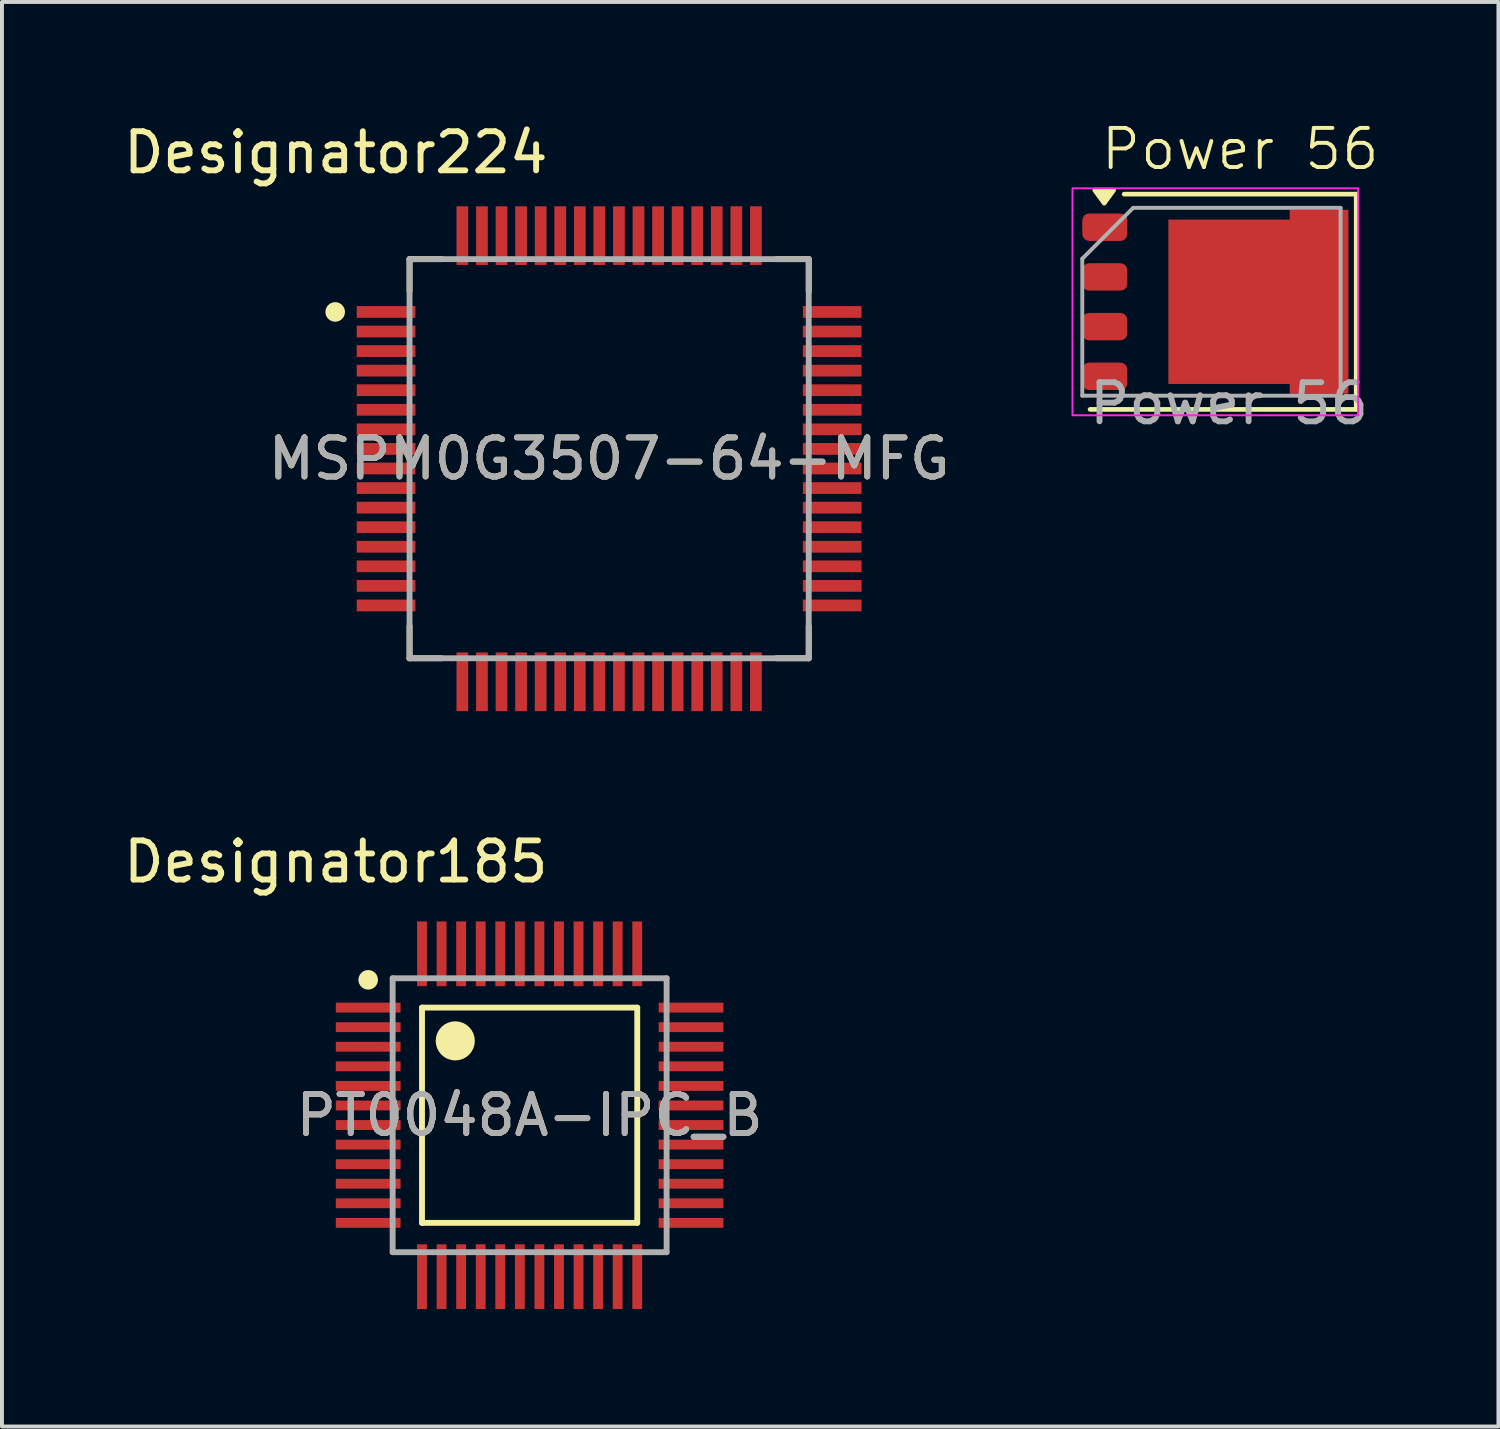
<source format=kicad_pcb>
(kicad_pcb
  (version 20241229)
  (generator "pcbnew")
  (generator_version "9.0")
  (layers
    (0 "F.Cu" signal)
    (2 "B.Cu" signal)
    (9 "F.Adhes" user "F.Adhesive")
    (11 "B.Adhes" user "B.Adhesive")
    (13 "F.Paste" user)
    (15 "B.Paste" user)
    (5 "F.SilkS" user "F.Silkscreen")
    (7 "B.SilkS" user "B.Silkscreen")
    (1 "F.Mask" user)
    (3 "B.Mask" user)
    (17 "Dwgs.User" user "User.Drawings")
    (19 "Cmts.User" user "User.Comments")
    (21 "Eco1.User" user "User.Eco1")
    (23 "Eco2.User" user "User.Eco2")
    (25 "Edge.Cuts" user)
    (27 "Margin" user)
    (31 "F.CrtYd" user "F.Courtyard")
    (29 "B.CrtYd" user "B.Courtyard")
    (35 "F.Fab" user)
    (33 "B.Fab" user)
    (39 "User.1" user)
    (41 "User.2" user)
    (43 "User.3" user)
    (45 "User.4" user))
  (footprint "MSPM0G3507-64-MFG"
    (layer "F.Cu")
    (at 12.515 8.671)
    (property "Reference" "MSPM0G3507-64-MFG" (at 0 0 0) (unlocked yes) (layer "F.SilkS") (effects (font (size 1 1) (thickness 0.15))))
    (attr smd)
    (fp_line (start -5.1 -5.1) (end -4.275 -5.1) (stroke (width 0.15) (type solid)) (layer "F.SilkS"))
    (fp_line (start -5.1 -4.275) (end -5.1 -5.1) (stroke (width 0.15) (type solid)) (layer "F.SilkS"))
    (fp_line (start -5.1 5.1) (end -5.1 4.275) (stroke (width 0.15) (type solid)) (layer "F.SilkS"))
    (fp_line (start -5.1 5.1) (end -4.275 5.1) (stroke (width 0.15) (type solid)) (layer "F.SilkS"))
    (fp_line (start 4.275 -5.1) (end 5.1 -5.1) (stroke (width 0.15) (type solid)) (layer "F.SilkS"))
    (fp_line (start 4.275 5.1) (end 5.1 5.1) (stroke (width 0.15) (type solid)) (layer "F.SilkS"))
    (fp_line (start 5.1 -4.275) (end 5.1 -5.1) (stroke (width 0.15) (type solid)) (layer "F.SilkS"))
    (fp_line (start 5.1 5.1) (end 5.1 4.275) (stroke (width 0.15) (type solid)) (layer "F.SilkS"))
    (fp_circle (center -7 -3.75) (end -6.875 -3.75) (stroke (width 0.25) (type solid)) (fill no) (layer "F.SilkS"))
    (fp_line (start -5.1 -5.1) (end 5.1 -5.1) (stroke (width 0.15) (type solid)) (layer "F.Fab"))
    (fp_line (start -5.1 5.1) (end -5.1 -5.1) (stroke (width 0.15) (type solid)) (layer "F.Fab"))
    (fp_line (start -5.1 5.1) (end 5.1 5.1) (stroke (width 0.15) (type solid)) (layer "F.Fab"))
    (fp_line (start 5.1 5.1) (end 5.1 -5.1) (stroke (width 0.15) (type solid)) (layer "F.Fab"))
    (fp_text user "Designator224" (at -6.985 -7.823 0) (unlocked yes) (layer "F.SilkS") (effects (font (size 1 1) (thickness 0.15))))
    (fp_text user "${REFERENCE}" (at 0 0 0) (unlocked yes) (layer "F.Fab") (effects (font (size 1 1) (thickness 0.15))))
    (pad "1" smd rect (at -5.7 -3.75 90) (size 0.3 1.5) (layers "F.Cu" "F.Mask" "F.Paste"))
    (pad "2" smd rect (at -5.7 -3.25 90) (size 0.3 1.5) (layers "F.Cu" "F.Mask" "F.Paste"))
    (pad "3" smd rect (at -5.7 -2.75 90) (size 0.3 1.5) (layers "F.Cu" "F.Mask" "F.Paste"))
    (pad "4" smd rect (at -5.7 -2.25 90) (size 0.3 1.5) (layers "F.Cu" "F.Mask" "F.Paste"))
    (pad "5" smd rect (at -5.7 -1.75 90) (size 0.3 1.5) (layers "F.Cu" "F.Mask" "F.Paste"))
    (pad "6" smd rect (at -5.7 -1.25 90) (size 0.3 1.5) (layers "F.Cu" "F.Mask" "F.Paste"))
    (pad "7" smd rect (at -5.7 -0.75 90) (size 0.3 1.5) (layers "F.Cu" "F.Mask" "F.Paste"))
    (pad "8" smd rect (at -5.7 -0.25 90) (size 0.3 1.5) (layers "F.Cu" "F.Mask" "F.Paste"))
    (pad "9" smd rect (at -5.7 0.25 90) (size 0.3 1.5) (layers "F.Cu" "F.Mask" "F.Paste"))
    (pad "10" smd rect (at -5.7 0.75 90) (size 0.3 1.5) (layers "F.Cu" "F.Mask" "F.Paste"))
    (pad "11" smd rect (at -5.7 1.25 90) (size 0.3 1.5) (layers "F.Cu" "F.Mask" "F.Paste"))
    (pad "12" smd rect (at -5.7 1.75 90) (size 0.3 1.5) (layers "F.Cu" "F.Mask" "F.Paste"))
    (pad "13" smd rect (at -5.7 2.25 90) (size 0.3 1.5) (layers "F.Cu" "F.Mask" "F.Paste"))
    (pad "14" smd rect (at -5.7 2.75 90) (size 0.3 1.5) (layers "F.Cu" "F.Mask" "F.Paste"))
    (pad "15" smd rect (at -5.7 3.25 90) (size 0.3 1.5) (layers "F.Cu" "F.Mask" "F.Paste"))
    (pad "16" smd rect (at -5.7 3.75 90) (size 0.3 1.5) (layers "F.Cu" "F.Mask" "F.Paste"))
    (pad "17" smd rect (at -3.75 5.7) (size 0.3 1.5) (layers "F.Cu" "F.Mask" "F.Paste"))
    (pad "18" smd rect (at -3.25 5.7) (size 0.3 1.5) (layers "F.Cu" "F.Mask" "F.Paste"))
    (pad "19" smd rect (at -2.75 5.7) (size 0.3 1.5) (layers "F.Cu" "F.Mask" "F.Paste"))
    (pad "20" smd rect (at -2.25 5.7) (size 0.3 1.5) (layers "F.Cu" "F.Mask" "F.Paste"))
    (pad "21" smd rect (at -1.75 5.7) (size 0.3 1.5) (layers "F.Cu" "F.Mask" "F.Paste"))
    (pad "22" smd rect (at -1.25 5.7) (size 0.3 1.5) (layers "F.Cu" "F.Mask" "F.Paste"))
    (pad "23" smd rect (at -0.75 5.7) (size 0.3 1.5) (layers "F.Cu" "F.Mask" "F.Paste"))
    (pad "24" smd rect (at -0.25 5.7) (size 0.3 1.5) (layers "F.Cu" "F.Mask" "F.Paste"))
    (pad "25" smd rect (at 0.25 5.7) (size 0.3 1.5) (layers "F.Cu" "F.Mask" "F.Paste"))
    (pad "26" smd rect (at 0.75 5.7) (size 0.3 1.5) (layers "F.Cu" "F.Mask" "F.Paste"))
    (pad "27" smd rect (at 1.25 5.7) (size 0.3 1.5) (layers "F.Cu" "F.Mask" "F.Paste"))
    (pad "28" smd rect (at 1.75 5.7) (size 0.3 1.5) (layers "F.Cu" "F.Mask" "F.Paste"))
    (pad "29" smd rect (at 2.25 5.7) (size 0.3 1.5) (layers "F.Cu" "F.Mask" "F.Paste"))
    (pad "30" smd rect (at 2.75 5.7) (size 0.3 1.5) (layers "F.Cu" "F.Mask" "F.Paste"))
    (pad "31" smd rect (at 3.25 5.7) (size 0.3 1.5) (layers "F.Cu" "F.Mask" "F.Paste"))
    (pad "32" smd rect (at 3.75 5.7) (size 0.3 1.5) (layers "F.Cu" "F.Mask" "F.Paste"))
    (pad "33" smd rect (at 5.7 3.75 90) (size 0.3 1.5) (layers "F.Cu" "F.Mask" "F.Paste"))
    (pad "34" smd rect (at 5.7 3.25 90) (size 0.3 1.5) (layers "F.Cu" "F.Mask" "F.Paste"))
    (pad "35" smd rect (at 5.7 2.75 90) (size 0.3 1.5) (layers "F.Cu" "F.Mask" "F.Paste"))
    (pad "36" smd rect (at 5.7 2.25 90) (size 0.3 1.5) (layers "F.Cu" "F.Mask" "F.Paste"))
    (pad "37" smd rect (at 5.7 1.75 90) (size 0.3 1.5) (layers "F.Cu" "F.Mask" "F.Paste"))
    (pad "38" smd rect (at 5.7 1.25 90) (size 0.3 1.5) (layers "F.Cu" "F.Mask" "F.Paste"))
    (pad "39" smd rect (at 5.7 0.75 90) (size 0.3 1.5) (layers "F.Cu" "F.Mask" "F.Paste"))
    (pad "40" smd rect (at 5.7 0.25 90) (size 0.3 1.5) (layers "F.Cu" "F.Mask" "F.Paste"))
    (pad "41" smd rect (at 5.7 -0.25 90) (size 0.3 1.5) (layers "F.Cu" "F.Mask" "F.Paste"))
    (pad "42" smd rect (at 5.7 -0.75 90) (size 0.3 1.5) (layers "F.Cu" "F.Mask" "F.Paste"))
    (pad "43" smd rect (at 5.7 -1.25 90) (size 0.3 1.5) (layers "F.Cu" "F.Mask" "F.Paste"))
    (pad "44" smd rect (at 5.7 -1.75 90) (size 0.3 1.5) (layers "F.Cu" "F.Mask" "F.Paste"))
    (pad "45" smd rect (at 5.7 -2.25 90) (size 0.3 1.5) (layers "F.Cu" "F.Mask" "F.Paste"))
    (pad "46" smd rect (at 5.7 -2.75 90) (size 0.3 1.5) (layers "F.Cu" "F.Mask" "F.Paste"))
    (pad "47" smd rect (at 5.7 -3.25 90) (size 0.3 1.5) (layers "F.Cu" "F.Mask" "F.Paste"))
    (pad "48" smd rect (at 5.7 -3.75 90) (size 0.3 1.5) (layers "F.Cu" "F.Mask" "F.Paste"))
    (pad "49" smd rect (at 3.75 -5.7) (size 0.3 1.5) (layers "F.Cu" "F.Mask" "F.Paste"))
    (pad "50" smd rect (at 3.25 -5.7) (size 0.3 1.5) (layers "F.Cu" "F.Mask" "F.Paste"))
    (pad "51" smd rect (at 2.75 -5.7) (size 0.3 1.5) (layers "F.Cu" "F.Mask" "F.Paste"))
    (pad "52" smd rect (at 2.25 -5.7) (size 0.3 1.5) (layers "F.Cu" "F.Mask" "F.Paste"))
    (pad "53" smd rect (at 1.75 -5.7) (size 0.3 1.5) (layers "F.Cu" "F.Mask" "F.Paste"))
    (pad "54" smd rect (at 1.25 -5.7) (size 0.3 1.5) (layers "F.Cu" "F.Mask" "F.Paste"))
    (pad "55" smd rect (at 0.75 -5.7) (size 0.3 1.5) (layers "F.Cu" "F.Mask" "F.Paste"))
    (pad "56" smd rect (at 0.25 -5.7) (size 0.3 1.5) (layers "F.Cu" "F.Mask" "F.Paste"))
    (pad "57" smd rect (at -0.25 -5.7) (size 0.3 1.5) (layers "F.Cu" "F.Mask" "F.Paste"))
    (pad "58" smd rect (at -0.75 -5.7) (size 0.3 1.5) (layers "F.Cu" "F.Mask" "F.Paste"))
    (pad "59" smd rect (at -1.25 -5.7) (size 0.3 1.5) (layers "F.Cu" "F.Mask" "F.Paste"))
    (pad "60" smd rect (at -1.75 -5.7) (size 0.3 1.5) (layers "F.Cu" "F.Mask" "F.Paste"))
    (pad "61" smd rect (at -2.25 -5.7) (size 0.3 1.5) (layers "F.Cu" "F.Mask" "F.Paste"))
    (pad "62" smd rect (at -2.75 -5.7) (size 0.3 1.5) (layers "F.Cu" "F.Mask" "F.Paste"))
    (pad "63" smd rect (at -3.25 -5.7) (size 0.3 1.5) (layers "F.Cu" "F.Mask" "F.Paste"))
    (pad "64" smd rect (at -3.75 -5.7) (size 0.3 1.5) (layers "F.Cu" "F.Mask" "F.Paste")))
  (footprint "Power 56"
    (layer "F.Cu")
    (at 28.355 4.761)
    (property "Reference" "Power 56" (at 0.285 -4 0) (unlocked yes) (layer "F.SilkS") (effects (font (size 1 1) (thickness 0.1))))
    (attr smd)
    (fp_line (start -3.55 2.65) (end 3.25 2.65) (stroke (width 0.12) (type solid)) (layer "F.SilkS"))
    (fp_line (start 3.25 -2.85) (end -2.68 -2.85) (stroke (width 0.12) (type solid)) (layer "F.SilkS"))
    (fp_line (start 3.25 2.65) (end 3.25 -2.85) (stroke (width 0.12) (type solid)) (layer "F.SilkS"))
    (fp_poly (pts (xy -3.19 -2.62) (xy -3.43 -2.95) (xy -2.95 -2.95) (xy -3.19 -2.62)) (stroke (width 0.12) (type solid)) (fill yes) (layer "F.SilkS"))
    (fp_rect (start -4 -3) (end 3.3 2.8) (stroke (width 0.05) (type solid)) (fill no) (layer "F.CrtYd"))
    (fp_line (start -3.75 -1.2) (end -3.75 2.3) (stroke (width 0.1) (type solid)) (layer "F.Fab"))
    (fp_line (start -3.75 -1.2) (end -2.45 -2.5) (stroke (width 0.1) (type solid)) (layer "F.Fab"))
    (fp_line (start -3.75 2.3) (end 2.85 2.3) (stroke (width 0.1) (type solid)) (layer "F.Fab"))
    (fp_line (start 2.85 -2.5) (end -2.45 -2.5) (stroke (width 0.1) (type solid)) (layer "F.Fab"))
    (fp_line (start 2.85 2.3) (end 2.85 -2.5) (stroke (width 0.1) (type solid)) (layer "F.Fab"))
    (fp_text user "${REFERENCE}" (at 0 2.5 0) (unlocked yes) (layer "F.Fab") (effects (font (size 1 1) (thickness 0.15))))
    (pad "" smd rect (at -1 -1.25 90) (size 0.9 0.6) (layers "F.Paste"))
    (pad "" smd rect (at -1 -0.1 90) (size 0.9 0.6) (layers "F.Paste"))
    (pad "" smd rect (at -1 1.05 90) (size 0.9 0.6) (layers "F.Paste"))
    (pad "" smd rect (at -0.15 -1.25 90) (size 0.9 0.6) (layers "F.Paste"))
    (pad "" smd rect (at -0.15 -0.1 90) (size 0.9 0.6) (layers "F.Paste"))
    (pad "" smd rect (at -0.15 1.05 90) (size 0.9 0.6) (layers "F.Paste"))
    (pad "" smd rect (at 0.7 -1.25 90) (size 0.9 0.6) (layers "F.Paste"))
    (pad "" smd rect (at 0.7 -0.1 90) (size 0.9 0.6) (layers "F.Paste"))
    (pad "" smd rect (at 0.7 1.05 90) (size 0.9 0.6) (layers "F.Paste"))
    (pad "" smd rect (at 1.55 -1.25 90) (size 0.9 0.6) (layers "F.Paste"))
    (pad "" smd rect (at 1.55 -0.1 90) (size 0.9 0.6) (layers "F.Paste"))
    (pad "" smd rect (at 1.55 1.05 90) (size 0.9 0.6) (layers "F.Paste"))
    (pad "" smd rect (at 2.55 -2.005 90) (size 0.6 0.9) (layers "F.Paste"))
    (pad "" smd rect (at 2.55 -0.735 90) (size 0.6 0.9) (layers "F.Paste"))
    (pad "" smd rect (at 2.55 0.535 90) (size 0.6 0.9) (layers "F.Paste"))
    (pad "" smd rect (at 2.55 1.805 90) (size 0.6 0.9) (layers "F.Paste"))
    (pad "1" smd roundrect (at -3.175 -2.005 90) (size 0.7 1.15) (layers "F.Cu" "F.Mask" "F.Paste") (roundrect_rratio 0.25))
    (pad "1" smd roundrect (at -3.175 -0.735 90) (size 0.7 1.15) (layers "F.Cu" "F.Mask" "F.Paste") (roundrect_rratio 0.25))
    (pad "1" smd roundrect (at -3.175 0.535 90) (size 0.7 1.15) (layers "F.Cu" "F.Mask" "F.Paste") (roundrect_rratio 0.25))
    (pad "2" smd roundrect (at -3.175 1.805 90) (size 0.7 1.15) (layers "F.Cu" "F.Mask" "F.Paste") (roundrect_rratio 0.25))
    (pad "3" smd custom (at -0.45 -0.1 90) (size 4 2) (layers "F.Cu" "F.Mask") (options (anchor rect)) (primitives (gr_poly (pts (xy -2.35 3.5) (xy 2.35 3.5) (xy 2.35 2) (xy 2.1 2) (xy 2.1 -1.1) (xy -2.1 -1.1) (xy -2.1 2) (xy -2.35 2)) (width 0) (fill yes)))))
  (footprint "PT0048A-IPC_B"
    (layer "F.Cu")
    (at 10.483 25.447)
    (property "Reference" "PT0048A-IPC_B" (at 0 0 0) (unlocked yes) (layer "F.SilkS") (effects (font (size 1 1) (thickness 0.15))))
    (attr smd)
    (fp_line (start -2.75 -2.75) (end 2.75 -2.75) (stroke (width 0.15) (type solid)) (layer "F.SilkS"))
    (fp_line (start -2.75 2.75) (end -2.75 -2.75) (stroke (width 0.15) (type solid)) (layer "F.SilkS"))
    (fp_line (start -2.75 2.75) (end 2.75 2.75) (stroke (width 0.15) (type solid)) (layer "F.SilkS"))
    (fp_line (start 2.75 2.75) (end 2.75 -2.75) (stroke (width 0.15) (type solid)) (layer "F.SilkS"))
    (fp_circle (center -4.125 -3.46) (end -4 -3.46) (stroke (width 0.25) (type solid)) (fill no) (layer "F.SilkS"))
    (fp_circle (center -1.9 -1.9) (end -1.65 -1.9) (stroke (width 0.5) (type solid)) (fill no) (layer "F.SilkS"))
    (fp_line (start -3.5 -3.5) (end 3.5 -3.5) (stroke (width 0.15) (type solid)) (layer "F.Fab"))
    (fp_line (start -3.5 3.5) (end -3.5 -3.5) (stroke (width 0.15) (type solid)) (layer "F.Fab"))
    (fp_line (start -3.5 3.5) (end 3.5 3.5) (stroke (width 0.15) (type solid)) (layer "F.Fab"))
    (fp_line (start 3.5 3.5) (end 3.5 -3.5) (stroke (width 0.15) (type solid)) (layer "F.Fab"))
    (fp_text user "Designator185" (at -4.953 -6.477 0) (unlocked yes) (layer "F.SilkS") (effects (font (size 1 1) (thickness 0.15))))
    (fp_text user "${REFERENCE}" (at 0 0 0) (unlocked yes) (layer "F.Fab") (effects (font (size 1 1) (thickness 0.15))))
    (pad "1" smd rect (at -4.125 -2.75 90) (size 0.252 1.655) (layers "F.Cu" "F.Mask" "F.Paste"))
    (pad "2" smd rect (at -4.125 -2.25 90) (size 0.252 1.655) (layers "F.Cu" "F.Mask" "F.Paste"))
    (pad "3" smd rect (at -4.125 -1.75 90) (size 0.252 1.655) (layers "F.Cu" "F.Mask" "F.Paste"))
    (pad "4" smd rect (at -4.125 -1.25 90) (size 0.252 1.655) (layers "F.Cu" "F.Mask" "F.Paste"))
    (pad "5" smd rect (at -4.125 -0.75 90) (size 0.252 1.655) (layers "F.Cu" "F.Mask" "F.Paste"))
    (pad "6" smd rect (at -4.125 -0.25 90) (size 0.252 1.655) (layers "F.Cu" "F.Mask" "F.Paste"))
    (pad "7" smd rect (at -4.125 0.25 90) (size 0.252 1.655) (layers "F.Cu" "F.Mask" "F.Paste"))
    (pad "8" smd rect (at -4.125 0.75 90) (size 0.252 1.655) (layers "F.Cu" "F.Mask" "F.Paste"))
    (pad "9" smd rect (at -4.125 1.25 90) (size 0.252 1.655) (layers "F.Cu" "F.Mask" "F.Paste"))
    (pad "10" smd rect (at -4.125 1.75 90) (size 0.252 1.655) (layers "F.Cu" "F.Mask" "F.Paste"))
    (pad "11" smd rect (at -4.125 2.25 90) (size 0.252 1.655) (layers "F.Cu" "F.Mask" "F.Paste"))
    (pad "12" smd rect (at -4.125 2.75 90) (size 0.252 1.655) (layers "F.Cu" "F.Mask" "F.Paste"))
    (pad "13" smd rect (at -2.75 4.125) (size 0.252 1.655) (layers "F.Cu" "F.Mask" "F.Paste"))
    (pad "14" smd rect (at -2.25 4.125) (size 0.252 1.655) (layers "F.Cu" "F.Mask" "F.Paste"))
    (pad "15" smd rect (at -1.75 4.125) (size 0.252 1.655) (layers "F.Cu" "F.Mask" "F.Paste"))
    (pad "16" smd rect (at -1.25 4.125) (size 0.252 1.655) (layers "F.Cu" "F.Mask" "F.Paste"))
    (pad "17" smd rect (at -0.75 4.125) (size 0.252 1.655) (layers "F.Cu" "F.Mask" "F.Paste"))
    (pad "18" smd rect (at -0.25 4.125) (size 0.252 1.655) (layers "F.Cu" "F.Mask" "F.Paste"))
    (pad "19" smd rect (at 0.25 4.125) (size 0.252 1.655) (layers "F.Cu" "F.Mask" "F.Paste"))
    (pad "20" smd rect (at 0.75 4.125) (size 0.252 1.655) (layers "F.Cu" "F.Mask" "F.Paste"))
    (pad "21" smd rect (at 1.25 4.125) (size 0.252 1.655) (layers "F.Cu" "F.Mask" "F.Paste"))
    (pad "22" smd rect (at 1.75 4.125) (size 0.252 1.655) (layers "F.Cu" "F.Mask" "F.Paste"))
    (pad "23" smd rect (at 2.25 4.125) (size 0.252 1.655) (layers "F.Cu" "F.Mask" "F.Paste"))
    (pad "24" smd rect (at 2.75 4.125) (size 0.252 1.655) (layers "F.Cu" "F.Mask" "F.Paste"))
    (pad "25" smd rect (at 4.125 2.75 90) (size 0.252 1.655) (layers "F.Cu" "F.Mask" "F.Paste"))
    (pad "26" smd rect (at 4.125 2.25 90) (size 0.252 1.655) (layers "F.Cu" "F.Mask" "F.Paste"))
    (pad "27" smd rect (at 4.125 1.75 90) (size 0.252 1.655) (layers "F.Cu" "F.Mask" "F.Paste"))
    (pad "28" smd rect (at 4.125 1.25 90) (size 0.252 1.655) (layers "F.Cu" "F.Mask" "F.Paste"))
    (pad "29" smd rect (at 4.125 0.75 90) (size 0.252 1.655) (layers "F.Cu" "F.Mask" "F.Paste"))
    (pad "30" smd rect (at 4.125 0.25 90) (size 0.252 1.655) (layers "F.Cu" "F.Mask" "F.Paste"))
    (pad "31" smd rect (at 4.125 -0.25 90) (size 0.252 1.655) (layers "F.Cu" "F.Mask" "F.Paste"))
    (pad "32" smd rect (at 4.125 -0.75 90) (size 0.252 1.655) (layers "F.Cu" "F.Mask" "F.Paste"))
    (pad "33" smd rect (at 4.125 -1.25 90) (size 0.252 1.655) (layers "F.Cu" "F.Mask" "F.Paste"))
    (pad "34" smd rect (at 4.125 -1.75 90) (size 0.252 1.655) (layers "F.Cu" "F.Mask" "F.Paste"))
    (pad "35" smd rect (at 4.125 -2.25 90) (size 0.252 1.655) (layers "F.Cu" "F.Mask" "F.Paste"))
    (pad "36" smd rect (at 4.125 -2.75 90) (size 0.252 1.655) (layers "F.Cu" "F.Mask" "F.Paste"))
    (pad "37" smd rect (at 2.75 -4.125) (size 0.252 1.655) (layers "F.Cu" "F.Mask" "F.Paste"))
    (pad "38" smd rect (at 2.25 -4.125) (size 0.252 1.655) (layers "F.Cu" "F.Mask" "F.Paste"))
    (pad "39" smd rect (at 1.75 -4.125) (size 0.252 1.655) (layers "F.Cu" "F.Mask" "F.Paste"))
    (pad "40" smd rect (at 1.25 -4.125) (size 0.252 1.655) (layers "F.Cu" "F.Mask" "F.Paste"))
    (pad "41" smd rect (at 0.75 -4.125) (size 0.252 1.655) (layers "F.Cu" "F.Mask" "F.Paste"))
    (pad "42" smd rect (at 0.25 -4.125) (size 0.252 1.655) (layers "F.Cu" "F.Mask" "F.Paste"))
    (pad "43" smd rect (at -0.25 -4.125) (size 0.252 1.655) (layers "F.Cu" "F.Mask" "F.Paste"))
    (pad "44" smd rect (at -0.75 -4.125) (size 0.252 1.655) (layers "F.Cu" "F.Mask" "F.Paste"))
    (pad "45" smd rect (at -1.25 -4.125) (size 0.252 1.655) (layers "F.Cu" "F.Mask" "F.Paste"))
    (pad "46" smd rect (at -1.75 -4.125) (size 0.252 1.655) (layers "F.Cu" "F.Mask" "F.Paste"))
    (pad "47" smd rect (at -2.25 -4.125) (size 0.252 1.655) (layers "F.Cu" "F.Mask" "F.Paste"))
    (pad "48" smd rect (at -2.75 -4.125) (size 0.252 1.655) (layers "F.Cu" "F.Mask" "F.Paste")))
  (gr_rect
    (start -3 -3)
    (end 35.238 33.4)
    (stroke (width 0.1) (type default))
    (fill no)
    (layer "Edge.Cuts")))
</source>
